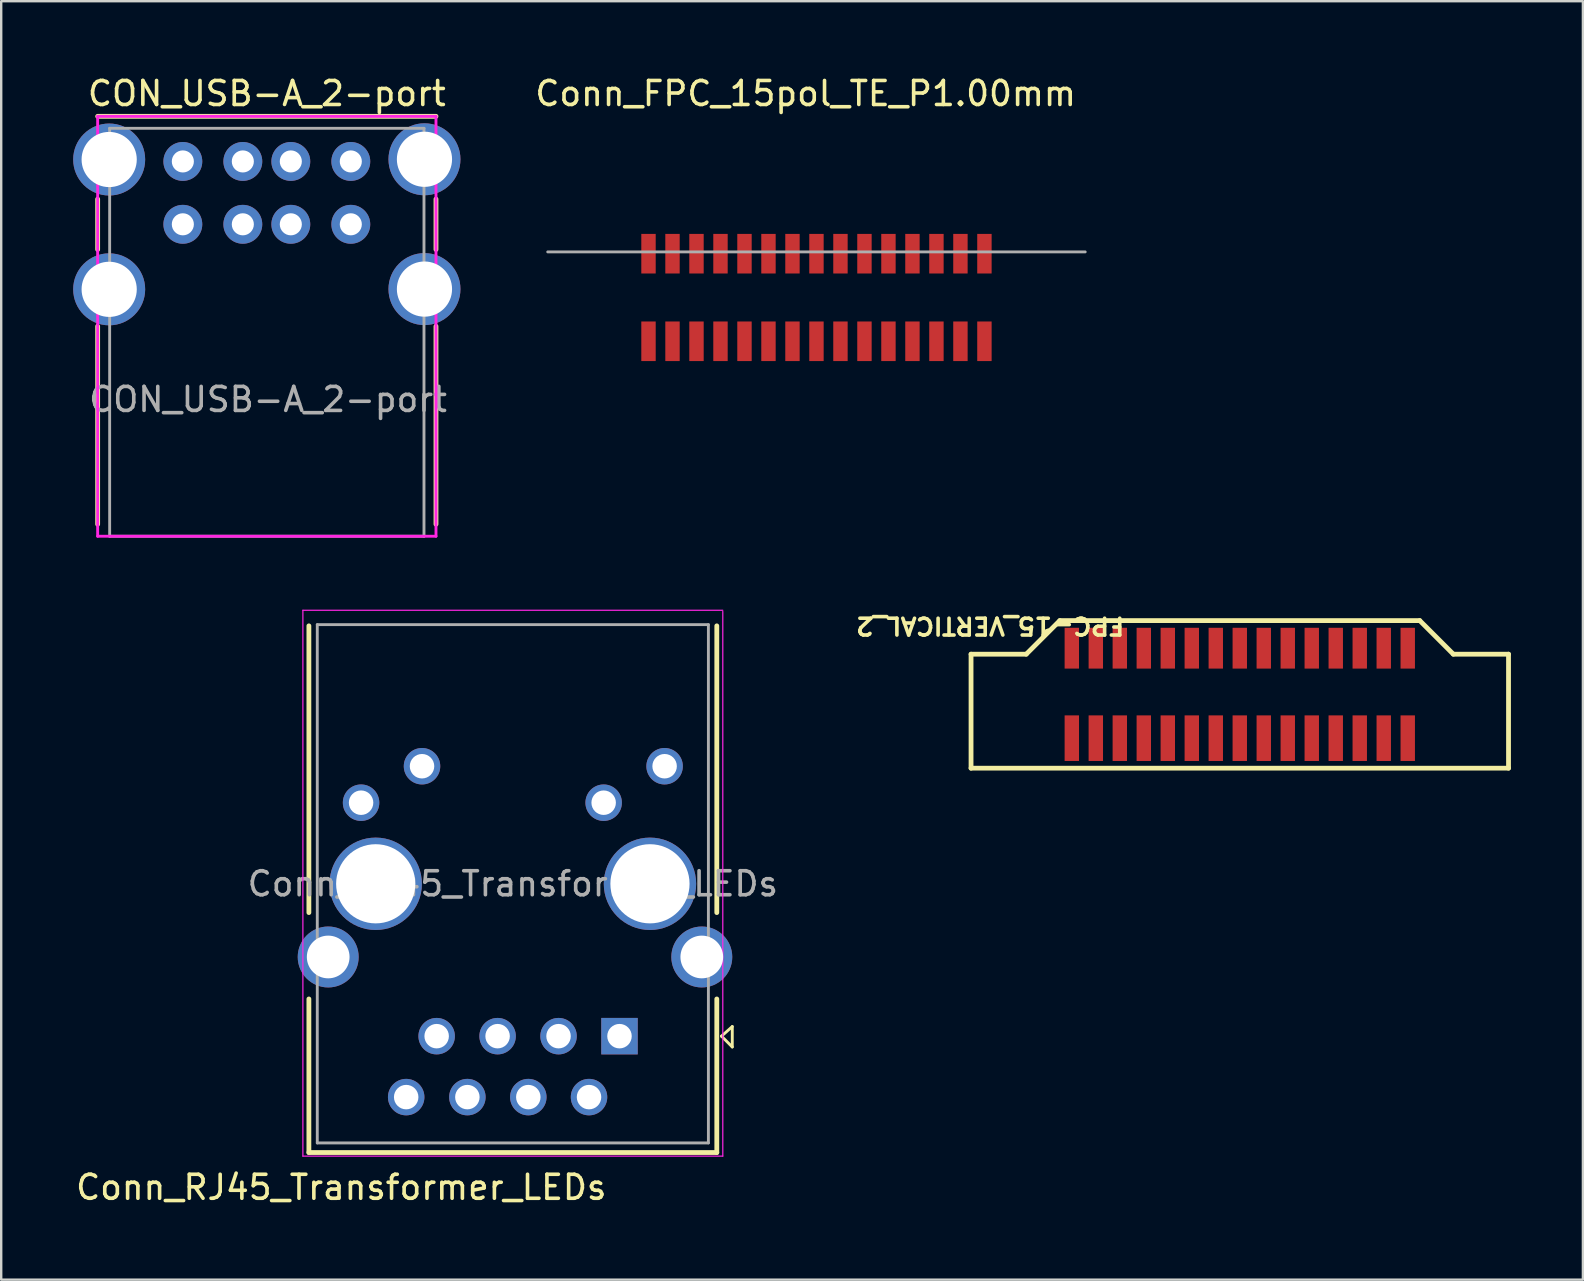
<source format=kicad_pcb>
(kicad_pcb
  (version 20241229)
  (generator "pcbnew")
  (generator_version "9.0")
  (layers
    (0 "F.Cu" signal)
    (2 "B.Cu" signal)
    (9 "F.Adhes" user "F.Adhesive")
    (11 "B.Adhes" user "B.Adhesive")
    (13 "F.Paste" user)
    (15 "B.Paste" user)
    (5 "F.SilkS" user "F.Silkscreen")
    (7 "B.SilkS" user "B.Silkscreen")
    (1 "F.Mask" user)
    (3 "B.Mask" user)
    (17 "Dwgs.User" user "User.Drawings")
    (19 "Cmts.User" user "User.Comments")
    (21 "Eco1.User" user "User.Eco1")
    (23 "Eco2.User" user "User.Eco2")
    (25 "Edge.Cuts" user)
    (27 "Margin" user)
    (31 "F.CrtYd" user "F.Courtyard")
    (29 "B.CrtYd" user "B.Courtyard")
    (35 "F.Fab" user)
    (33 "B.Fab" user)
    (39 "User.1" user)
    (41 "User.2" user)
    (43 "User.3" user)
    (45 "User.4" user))
  (footprint "Conn_FPC_15pol_TE_P1.00mm"
    (layer "F.Cu")
    (at 30.977 7.448)
    (property "Reference" "Conn_FPC_15pol_TE_P1.00mm" (at -0.45 -6.6 0) (layer "F.SilkS") (effects (font (size 1 1) (thickness 0.15))))
    (attr through_hole)
    (fp_line (start -11.2 0) (end 11.2 0) (stroke (width 0.12) (type solid)) (layer "F.Fab"))
    (pad "1" smd rect (at -7 0.075) (size 0.6 1.65) (layers "F.Cu" "F.Mask" "F.Paste"))
    (pad "1" smd rect (at -7 3.725) (size 0.6 1.65) (layers "F.Cu" "F.Mask" "F.Paste"))
    (pad "2" smd rect (at -6 0.075) (size 0.6 1.65) (layers "F.Cu" "F.Mask" "F.Paste"))
    (pad "2" smd rect (at -6 3.725) (size 0.6 1.65) (layers "F.Cu" "F.Mask" "F.Paste"))
    (pad "3" smd rect (at -5 0.075) (size 0.6 1.65) (layers "F.Cu" "F.Mask" "F.Paste"))
    (pad "3" smd rect (at -5 3.725) (size 0.6 1.65) (layers "F.Cu" "F.Mask" "F.Paste"))
    (pad "4" smd rect (at -4 0.075) (size 0.6 1.65) (layers "F.Cu" "F.Mask" "F.Paste"))
    (pad "4" smd rect (at -4 3.725) (size 0.6 1.65) (layers "F.Cu" "F.Mask" "F.Paste"))
    (pad "5" smd rect (at -3 0.075) (size 0.6 1.65) (layers "F.Cu" "F.Mask" "F.Paste"))
    (pad "5" smd rect (at -3 3.725) (size 0.6 1.65) (layers "F.Cu" "F.Mask" "F.Paste"))
    (pad "6" smd rect (at -2 0.075) (size 0.6 1.65) (layers "F.Cu" "F.Mask" "F.Paste"))
    (pad "6" smd rect (at -2 3.725) (size 0.6 1.65) (layers "F.Cu" "F.Mask" "F.Paste"))
    (pad "7" smd rect (at -1 0.075) (size 0.6 1.65) (layers "F.Cu" "F.Mask" "F.Paste"))
    (pad "7" smd rect (at -1 3.725) (size 0.6 1.65) (layers "F.Cu" "F.Mask" "F.Paste"))
    (pad "8" smd rect (at 0 0.075) (size 0.6 1.65) (layers "F.Cu" "F.Mask" "F.Paste"))
    (pad "8" smd rect (at 0 3.725) (size 0.6 1.65) (layers "F.Cu" "F.Mask" "F.Paste"))
    (pad "9" smd rect (at 1 0.075) (size 0.6 1.65) (layers "F.Cu" "F.Mask" "F.Paste"))
    (pad "9" smd rect (at 1 3.725) (size 0.6 1.65) (layers "F.Cu" "F.Mask" "F.Paste"))
    (pad "10" smd rect (at 2 0.075) (size 0.6 1.65) (layers "F.Cu" "F.Mask" "F.Paste"))
    (pad "10" smd rect (at 2 3.725) (size 0.6 1.65) (layers "F.Cu" "F.Mask" "F.Paste"))
    (pad "11" smd rect (at 3 0.075) (size 0.6 1.65) (layers "F.Cu" "F.Mask" "F.Paste"))
    (pad "11" smd rect (at 3 3.725) (size 0.6 1.65) (layers "F.Cu" "F.Mask" "F.Paste"))
    (pad "12" smd rect (at 4 0.075) (size 0.6 1.65) (layers "F.Cu" "F.Mask" "F.Paste"))
    (pad "12" smd rect (at 4 3.725) (size 0.6 1.65) (layers "F.Cu" "F.Mask" "F.Paste"))
    (pad "13" smd rect (at 5 0.075) (size 0.6 1.65) (layers "F.Cu" "F.Mask" "F.Paste"))
    (pad "13" smd rect (at 5 3.725) (size 0.6 1.65) (layers "F.Cu" "F.Mask" "F.Paste"))
    (pad "14" smd rect (at 6 0.075) (size 0.6 1.65) (layers "F.Cu" "F.Mask" "F.Paste"))
    (pad "14" smd rect (at 6 3.725) (size 0.6 1.65) (layers "F.Cu" "F.Mask" "F.Paste"))
    (pad "15" smd rect (at 7 0.075) (size 0.6 1.65) (layers "F.Cu" "F.Mask" "F.Paste"))
    (pad "15" smd rect (at 7 3.725) (size 0.6 1.65) (layers "F.Cu" "F.Mask" "F.Paste")))
  (footprint "CON_USB-A_2-port"
    (layer "F.Cu")
    (at 8.07 6.298)
    (property "Reference" "CON_USB-A_2-port" (at 0 -5.45 0) (layer "F.SilkS") (effects (font (size 1 1) (thickness 0.15))))
    (attr through_hole)
    (fp_line (start -7.05 -4.5) (end 7.05 -4.5) (stroke (width 0.2) (type solid)) (layer "F.SilkS"))
    (fp_line (start -7.05 -1.05) (end -7.05 1.05) (stroke (width 0.2) (type solid)) (layer "F.SilkS"))
    (fp_line (start -7.05 4.25) (end -7.05 12.5) (stroke (width 0.2) (type solid)) (layer "F.SilkS"))
    (fp_line (start 7.05 -1.05) (end 7.05 1.05) (stroke (width 0.2) (type solid)) (layer "F.SilkS"))
    (fp_line (start 7.05 4.25) (end 7.05 12.5) (stroke (width 0.2) (type solid)) (layer "F.SilkS"))
    (fp_line (start -7.05 -4.5) (end -7.05 13) (stroke (width 0.12) (type solid)) (layer "F.CrtYd"))
    (fp_line (start -7.05 13) (end 7.05 13) (stroke (width 0.12) (type solid)) (layer "F.CrtYd"))
    (fp_line (start 7.05 -4.5) (end -7.05 -4.5) (stroke (width 0.12) (type solid)) (layer "F.CrtYd"))
    (fp_line (start 7.05 13) (end 7.05 -4.5) (stroke (width 0.12) (type solid)) (layer "F.CrtYd"))
    (fp_line (start -6.55 -4) (end 6.55 -4) (stroke (width 0.12) (type solid)) (layer "F.Fab"))
    (fp_line (start -6.55 13) (end -6.55 -4) (stroke (width 0.12) (type solid)) (layer "F.Fab"))
    (fp_line (start 6.55 -4) (end 6.55 13) (stroke (width 0.12) (type solid)) (layer "F.Fab"))
    (fp_line (start 6.55 13) (end -6.55 13) (stroke (width 0.12) (type solid)) (layer "F.Fab"))
    (fp_text user "${REFERENCE}" (at 0.05 7.3 0) (layer "F.Fab") (effects (font (size 1 1) (thickness 0.15))))
    (pad "1" thru_hole circle (at -3.5 0) (size 1.62 1.62) (drill 0.92) (layers "*.Cu" "*.Mask"))
    (pad "2" thru_hole circle (at -1 0) (size 1.62 1.62) (drill 0.92) (layers "*.Cu" "*.Mask"))
    (pad "3" thru_hole circle (at 1 0) (size 1.62 1.62) (drill 0.92) (layers "*.Cu" "*.Mask"))
    (pad "4" thru_hole circle (at 3.5 0) (size 1.62 1.62) (drill 0.92) (layers "*.Cu" "*.Mask"))
    (pad "5" thru_hole circle (at -3.5 -2.62) (size 1.62 1.62) (drill 0.92) (layers "*.Cu" "*.Mask"))
    (pad "6" thru_hole circle (at -1 -2.62) (size 1.62 1.62) (drill 0.92) (layers "*.Cu" "*.Mask"))
    (pad "7" thru_hole circle (at 1 -2.62) (size 1.62 1.62) (drill 0.92) (layers "*.Cu" "*.Mask"))
    (pad "8" thru_hole circle (at 3.5 -2.62) (size 1.62 1.62) (drill 0.92) (layers "*.Cu" "*.Mask"))
    (pad "9" thru_hole circle (at -6.57 -2.7) (size 3 3) (drill 2.3) (layers "*.Cu" "*.Mask"))
    (pad "9" thru_hole circle (at -6.57 2.71) (size 3 3) (drill 2.3) (layers "*.Cu" "*.Mask"))
    (pad "9" thru_hole circle (at 6.57 -2.71) (size 3 3) (drill 2.3) (layers "*.Cu" "*.Mask"))
    (pad "9" thru_hole circle (at 6.57 2.7) (size 3 3) (drill 2.3) (layers "*.Cu" "*.Mask")))
  (footprint "Conn_RJ45_Transformer_LEDs"
    (layer "F.Cu")
    (at 18.323 33.783)
    (property "Reference" "Conn_RJ45_Transformer_LEDs" (at -7.15 12.65 0) (layer "F.SilkS") (effects (font (size 1 1) (thickness 0.15))))
    (attr through_hole)
    (fp_line (start -8.5 -10.75) (end -8.5 1.2) (stroke (width 0.2) (type solid)) (layer "F.SilkS"))
    (fp_line (start -8.5 4.8) (end -8.5 11.2) (stroke (width 0.2) (type solid)) (layer "F.SilkS"))
    (fp_line (start 8.5 -10.75) (end 8.5 1.2) (stroke (width 0.2) (type solid)) (layer "F.SilkS"))
    (fp_line (start 8.5 4.8) (end 8.5 11.2) (stroke (width 0.2) (type solid)) (layer "F.SilkS"))
    (fp_line (start 8.5 11.2) (end -8.5 11.2) (stroke (width 0.2) (type solid)) (layer "F.SilkS"))
    (fp_line (start 8.695 6.35) (end 9.145 5.95) (stroke (width 0.12) (type solid)) (layer "F.SilkS"))
    (fp_line (start 9.145 5.95) (end 9.145 6.8) (stroke (width 0.12) (type solid)) (layer "F.SilkS"))
    (fp_line (start 9.145 6.8) (end 8.695 6.35) (stroke (width 0.12) (type solid)) (layer "F.SilkS"))
    (fp_line (start -8.75 -11.4) (end 8.75 -11.4) (stroke (width 0.05) (type solid)) (layer "F.CrtYd"))
    (fp_line (start -8.75 11.35) (end -8.75 -11.4) (stroke (width 0.05) (type solid)) (layer "F.CrtYd"))
    (fp_line (start -8.75 11.35) (end 8.75 11.35) (stroke (width 0.05) (type solid)) (layer "F.CrtYd"))
    (fp_line (start 8.75 -11.35) (end 8.75 11.35) (stroke (width 0.05) (type solid)) (layer "F.CrtYd"))
    (fp_line (start -8.15 -10.8) (end -8.15 10.8) (stroke (width 0.12) (type solid)) (layer "F.Fab"))
    (fp_line (start 8.15 -10.8) (end -8.15 -10.8) (stroke (width 0.12) (type solid)) (layer "F.Fab"))
    (fp_line (start 8.15 10.8) (end -8.15 10.8) (stroke (width 0.12) (type solid)) (layer "F.Fab"))
    (fp_line (start 8.15 10.8) (end 8.15 -10.8) (stroke (width 0.12) (type solid)) (layer "F.Fab"))
    (fp_text user "${REFERENCE}" (at 0 0 0) (layer "F.Fab") (effects (font (size 1 1) (thickness 0.15))))
    (pad "" np_thru_hole circle (at -5.715 0) (size 3.85 3.85) (drill 3.3) (layers "*.Cu" "*.Mask"))
    (pad "" np_thru_hole circle (at 5.715 0) (size 3.85 3.85) (drill 3.3) (layers "*.Cu" "*.Mask"))
    (pad "1" thru_hole rect (at 4.445 6.35) (size 1.52 1.52) (drill 1.02) (layers "*.Cu" "*.Mask"))
    (pad "2" thru_hole circle (at 3.175 8.89) (size 1.52 1.52) (drill 1.02) (layers "*.Cu" "*.Mask"))
    (pad "3" thru_hole circle (at 1.905 6.35) (size 1.52 1.52) (drill 1.02) (layers "*.Cu" "*.Mask"))
    (pad "4" thru_hole circle (at 0.645 8.89) (size 1.52 1.52) (drill 1.02) (layers "*.Cu" "*.Mask"))
    (pad "5" thru_hole circle (at -0.635 6.35) (size 1.52 1.52) (drill 1.02) (layers "*.Cu" "*.Mask"))
    (pad "6" thru_hole circle (at -1.895 8.89) (size 1.52 1.52) (drill 1.02) (layers "*.Cu" "*.Mask"))
    (pad "7" thru_hole circle (at -3.175 6.35) (size 1.52 1.52) (drill 1.02) (layers "*.Cu" "*.Mask"))
    (pad "8" thru_hole circle (at -4.445 8.89) (size 1.52 1.52) (drill 1.02) (layers "*.Cu" "*.Mask"))
    (pad "9" thru_hole circle (at 6.325 -4.9) (size 1.52 1.52) (drill 1.02) (layers "*.Cu" "*.Mask"))
    (pad "10" thru_hole circle (at 3.785 -3.38) (size 1.52 1.52) (drill 1.02) (layers "*.Cu" "*.Mask"))
    (pad "11" thru_hole circle (at -3.785 -4.9) (size 1.52 1.52) (drill 1.02) (layers "*.Cu" "*.Mask"))
    (pad "12" thru_hole circle (at -6.325 -3.38) (size 1.52 1.52) (drill 1.02) (layers "*.Cu" "*.Mask"))
    (pad "13" thru_hole circle (at -7.695 3.05) (size 2.54 2.54) (drill 1.78) (layers "*.Cu" "*.Mask"))
    (pad "13" thru_hole circle (at 7.875 3.05) (size 2.54 2.54) (drill 1.78) (layers "*.Cu" "*.Mask")))
  (footprint "FPC-15_VERTICAL_2"
    (layer "F.Cu")
    (at 48.619 25.714)
    (property "Reference" "FPC-15_VERTICAL_2" (at -10.4 -2.683 180) (unlocked yes) (layer "F.SilkS") (effects (font (size 0.7 0.736) (thickness 0.15))))
    (attr smd)
    (fp_line (start -11.2 -1.5) (end -11.2 3.25) (stroke (width 0.2) (type solid)) (layer "F.SilkS"))
    (fp_line (start -8.9 -1.5) (end -11.2 -1.5) (stroke (width 0.2) (type solid)) (layer "F.SilkS"))
    (fp_line (start -7.5 -2.9) (end -8.9 -1.5) (stroke (width 0.2) (type solid)) (layer "F.SilkS"))
    (fp_line (start 7.5 -2.9) (end -7.5 -2.9) (stroke (width 0.2) (type solid)) (layer "F.SilkS"))
    (fp_line (start 8.9 -1.5) (end 7.5 -2.9) (stroke (width 0.2) (type solid)) (layer "F.SilkS"))
    (fp_line (start 11.2 -1.5) (end 8.9 -1.5) (stroke (width 0.2) (type solid)) (layer "F.SilkS"))
    (fp_line (start 11.2 -1.5) (end 11.2 3.25) (stroke (width 0.2) (type solid)) (layer "F.SilkS"))
    (fp_line (start 11.2 3.25) (end -11.2 3.25) (stroke (width 0.2) (type solid)) (layer "F.SilkS"))
    (pad "1" smd rect (at -7 2) (size 0.6 1.9) (layers "F.Cu" "F.Mask" "F.Paste"))
    (pad "2" smd rect (at -6 2) (size 0.6 1.9) (layers "F.Cu" "F.Mask" "F.Paste"))
    (pad "3" smd rect (at -5 2) (size 0.6 1.9) (layers "F.Cu" "F.Mask" "F.Paste"))
    (pad "4" smd rect (at -4 2) (size 0.6 1.9) (layers "F.Cu" "F.Mask" "F.Paste"))
    (pad "5" smd rect (at -3 2) (size 0.6 1.9) (layers "F.Cu" "F.Mask" "F.Paste"))
    (pad "6" smd rect (at -2 2) (size 0.6 1.9) (layers "F.Cu" "F.Mask" "F.Paste"))
    (pad "7" smd rect (at -1 2) (size 0.6 1.9) (layers "F.Cu" "F.Mask" "F.Paste"))
    (pad "8" smd rect (at 0 2) (size 0.6 1.9) (layers "F.Cu" "F.Mask" "F.Paste"))
    (pad "9" smd rect (at 1 2) (size 0.6 1.9) (layers "F.Cu" "F.Mask" "F.Paste"))
    (pad "10" smd rect (at 2 2) (size 0.6 1.9) (layers "F.Cu" "F.Mask" "F.Paste"))
    (pad "11" smd rect (at 3 2) (size 0.6 1.9) (layers "F.Cu" "F.Mask" "F.Paste"))
    (pad "12" smd rect (at 4 2) (size 0.6 1.9) (layers "F.Cu" "F.Mask" "F.Paste"))
    (pad "13" smd rect (at 5 2) (size 0.6 1.9) (layers "F.Cu" "F.Mask" "F.Paste"))
    (pad "14" smd rect (at 6 2) (size 0.6 1.9) (layers "F.Cu" "F.Mask" "F.Paste"))
    (pad "15" smd rect (at 7 2) (size 0.6 1.9) (layers "F.Cu" "F.Mask" "F.Paste"))
    (pad "16" smd rect (at -7 -1.75) (size 0.6 1.7) (layers "F.Cu" "F.Mask" "F.Paste"))
    (pad "17" smd rect (at -6 -1.75) (size 0.6 1.7) (layers "F.Cu" "F.Mask" "F.Paste"))
    (pad "18" smd rect (at -5 -1.75) (size 0.6 1.7) (layers "F.Cu" "F.Mask" "F.Paste"))
    (pad "19" smd rect (at -4 -1.75) (size 0.6 1.7) (layers "F.Cu" "F.Mask" "F.Paste"))
    (pad "20" smd rect (at -3 -1.75) (size 0.6 1.7) (layers "F.Cu" "F.Mask" "F.Paste"))
    (pad "21" smd rect (at -2 -1.75) (size 0.6 1.7) (layers "F.Cu" "F.Mask" "F.Paste"))
    (pad "22" smd rect (at -1 -1.75) (size 0.6 1.7) (layers "F.Cu" "F.Mask" "F.Paste"))
    (pad "23" smd rect (at 0 -1.75) (size 0.6 1.7) (layers "F.Cu" "F.Mask" "F.Paste"))
    (pad "24" smd rect (at 1 -1.75) (size 0.6 1.7) (layers "F.Cu" "F.Mask" "F.Paste"))
    (pad "25" smd rect (at 2 -1.75) (size 0.6 1.7) (layers "F.Cu" "F.Mask" "F.Paste"))
    (pad "26" smd rect (at 3 -1.75) (size 0.6 1.7) (layers "F.Cu" "F.Mask" "F.Paste"))
    (pad "27" smd rect (at 4 -1.75) (size 0.6 1.7) (layers "F.Cu" "F.Mask" "F.Paste"))
    (pad "28" smd rect (at 5 -1.75) (size 0.6 1.7) (layers "F.Cu" "F.Mask" "F.Paste"))
    (pad "29" smd rect (at 6 -1.75) (size 0.6 1.7) (layers "F.Cu" "F.Mask" "F.Paste"))
    (pad "30" smd rect (at 7 -1.75) (size 0.6 1.7) (layers "F.Cu" "F.Mask" "F.Paste")))
  (gr_rect
    (start -3 -3)
    (end 62.919 50.282)
    (stroke (width 0.1) (type default))
    (fill no)
    (layer "Edge.Cuts")))
</source>
